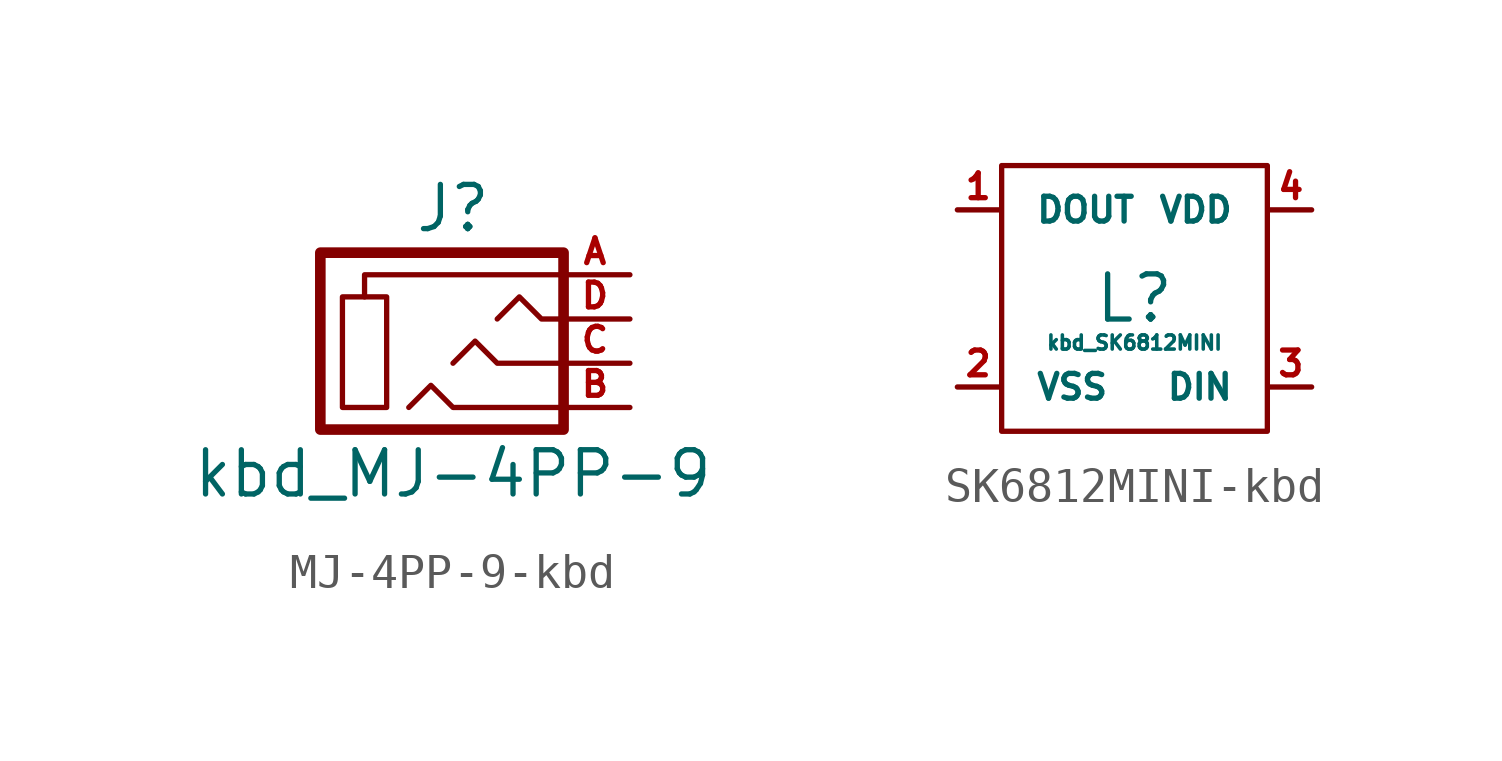
<source format=kicad_sym>
(kicad_symbol_lib
  (version 20220914)
  (generator kicad_symbol_editor)
  (symbol "MJ-4PP-9-kbd"
    (pin_names
      (offset 1.016))
    (property "Reference" "J"
      (at 0 3.81 0)
      (effects (font (size 1.27 1.27))))
    (property "Value" "kbd_MJ-4PP-9"
      (at 0 -3.81 0)
      (effects (font (size 1.27 1.27))))
    (symbol "MJ-4PP-9-kbd_0_1"
      (rectangle (start -1.905 -1.905) (end -3.175 1.27) (stroke (width 0) (type solid)) (fill (type none)))
      (polyline (pts (xy -2.54 1.27) (xy -2.54 1.905) (xy 3.175 1.905)) (stroke (width 0) (type solid)) (fill (type none)))
      (polyline (pts (xy -1.27 -1.905) (xy -0.635 -1.27) (xy 0 -1.905) (xy 3.175 -1.905)) (stroke (width 0) (type solid)) (fill (type none)))
      (polyline (pts (xy 0 -0.635) (xy 0.635 0) (xy 1.27 -0.635) (xy 3.175 -0.635)) (stroke (width 0) (type solid)) (fill (type none)))
      (polyline (pts (xy 1.27 0.635) (xy 1.905 1.27) (xy 2.54 0.635) (xy 3.175 0.635)) (stroke (width 0) (type solid)) (fill (type none)))
      (rectangle (start 3.175 2.54) (end -3.81 -2.54) (stroke (width 0.305) (type solid)) (fill (type none))))
    (symbol "MJ-4PP-9-kbd_1_1"
      (pin input line (at 5.08 1.905 180) (length 2.007) (name "~" (effects (font (size 0.508 0.508)))) (number "A" (effects (font (size 0.711 0.711)))))
      (pin input line (at 5.08 -1.905 180) (length 2.007) (name "~" (effects (font (size 0.508 0.508)))) (number "B" (effects (font (size 0.711 0.711)))))
      (pin input line (at 5.08 -0.635 180) (length 2.007) (name "~" (effects (font (size 0.508 0.508)))) (number "C" (effects (font (size 0.711 0.711)))))
      (pin input line (at 5.08 0.635 180) (length 2.007) (name "~" (effects (font (size 0.508 0.508)))) (number "D" (effects (font (size 0.711 0.711)))))))
  (symbol "SK6812MINI-kbd"
    (pin_names
      (offset 1.016))
    (property "Reference" "L"
      (at 0 0 0)
      (effects (font (size 1.295 1.295))))
    (property "Value" "kbd_SK6812MINI"
      (at 0 -1.27 0)
      (effects (font (size 0.406 0.406))))
    (symbol "SK6812MINI-kbd_0_1"
      (rectangle (start -3.81 3.81) (end 3.81 -3.81) (stroke (width 0) (type solid)) (fill (type none))))
    (symbol "SK6812MINI-kbd_1_1"
      (pin output line (at -5.08 2.54 0) (length 1.194) (name "DOUT" (effects (font (size 0.711 0.711)))) (number "1" (effects (font (size 0.711 0.711)))))
      (pin power_in line (at -5.08 -2.54 0) (length 1.194) (name "VSS" (effects (font (size 0.711 0.711)))) (number "2" (effects (font (size 0.711 0.711)))))
      (pin input line (at 5.08 -2.54 180) (length 1.194) (name "DIN" (effects (font (size 0.711 0.711)))) (number "3" (effects (font (size 0.711 0.711)))))
      (pin power_in line (at 5.08 2.54 180) (length 1.194) (name "VDD" (effects (font (size 0.711 0.711)))) (number "4" (effects (font (size 0.711 0.711))))))))
</source>
